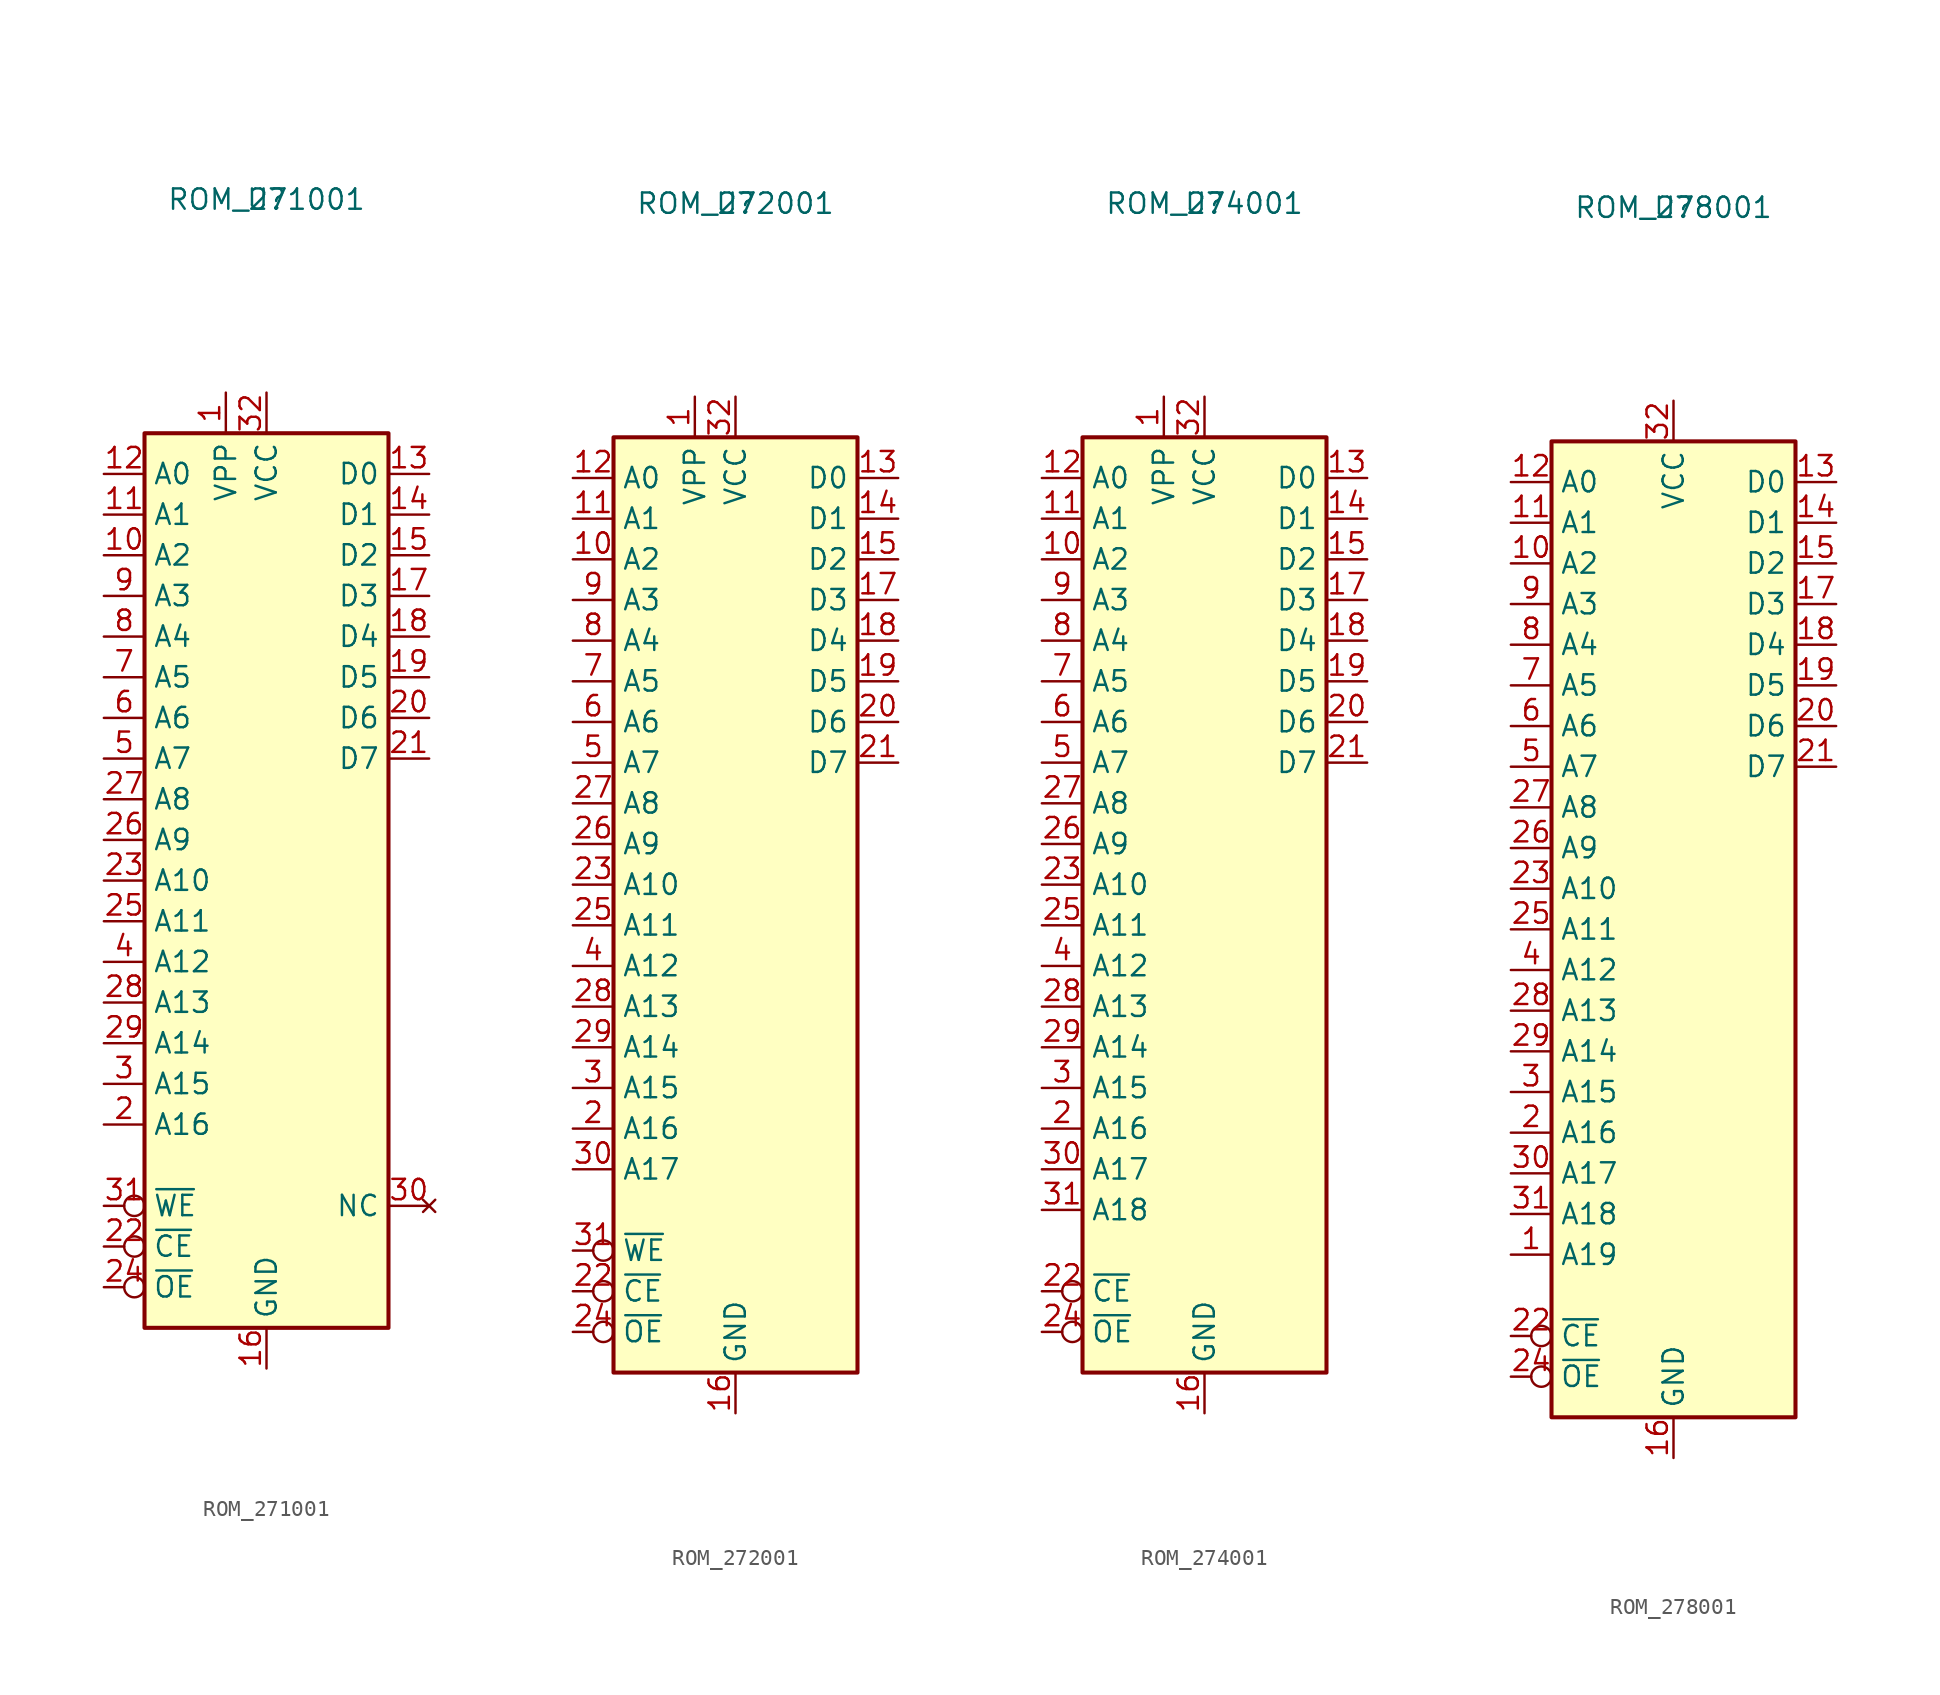
<source format=kicad_sym>
(kicad_symbol_lib
  (version 20241209)
  (generator "kicad_symbol_editor")
  (generator_version "9.0")
  (symbol "ROM_271001"
    (property "Reference" "U"
      (at 0 0 0)
      (effects (font (size 1.27 1.27))))
    (property "Value" "ROM_271001"
      (at 0 0 0)
      (effects (font (size 1.27 1.27))))
    (symbol "ROM_271001_1_1"
      (rectangle (start -7.62 -14.605) (end 7.62 -70.485) (stroke (width 0.254) (type default)) (fill (type background)))
      (pin input line (at -10.16 -17.145 0) (length 2.54) (name "A0" (effects (font (size 1.27 1.27)))) (number "12" (effects (font (size 1.27 1.27)))))
      (pin input line (at -10.16 -19.685 0) (length 2.54) (name "A1" (effects (font (size 1.27 1.27)))) (number "11" (effects (font (size 1.27 1.27)))))
      (pin input line (at -10.16 -22.225 0) (length 2.54) (name "A2" (effects (font (size 1.27 1.27)))) (number "10" (effects (font (size 1.27 1.27)))))
      (pin input line (at -10.16 -24.765 0) (length 2.54) (name "A3" (effects (font (size 1.27 1.27)))) (number "9" (effects (font (size 1.27 1.27)))))
      (pin input line (at -10.16 -27.305 0) (length 2.54) (name "A4" (effects (font (size 1.27 1.27)))) (number "8" (effects (font (size 1.27 1.27)))))
      (pin input line (at -10.16 -29.845 0) (length 2.54) (name "A5" (effects (font (size 1.27 1.27)))) (number "7" (effects (font (size 1.27 1.27)))))
      (pin input line (at -10.16 -32.385 0) (length 2.54) (name "A6" (effects (font (size 1.27 1.27)))) (number "6" (effects (font (size 1.27 1.27)))))
      (pin input line (at -10.16 -34.925 0) (length 2.54) (name "A7" (effects (font (size 1.27 1.27)))) (number "5" (effects (font (size 1.27 1.27)))))
      (pin input line (at -10.16 -37.465 0) (length 2.54) (name "A8" (effects (font (size 1.27 1.27)))) (number "27" (effects (font (size 1.27 1.27)))))
      (pin input line (at -10.16 -40.005 0) (length 2.54) (name "A9" (effects (font (size 1.27 1.27)))) (number "26" (effects (font (size 1.27 1.27)))))
      (pin input line (at -10.16 -42.545 0) (length 2.54) (name "A10" (effects (font (size 1.27 1.27)))) (number "23" (effects (font (size 1.27 1.27)))))
      (pin input line (at -10.16 -45.085 0) (length 2.54) (name "A11" (effects (font (size 1.27 1.27)))) (number "25" (effects (font (size 1.27 1.27)))))
      (pin input line (at -10.16 -47.625 0) (length 2.54) (name "A12" (effects (font (size 1.27 1.27)))) (number "4" (effects (font (size 1.27 1.27)))))
      (pin input line (at -10.16 -50.165 0) (length 2.54) (name "A13" (effects (font (size 1.27 1.27)))) (number "28" (effects (font (size 1.27 1.27)))))
      (pin input line (at -10.16 -52.705 0) (length 2.54) (name "A14" (effects (font (size 1.27 1.27)))) (number "29" (effects (font (size 1.27 1.27)))))
      (pin input line (at -10.16 -55.245 0) (length 2.54) (name "A15" (effects (font (size 1.27 1.27)))) (number "3" (effects (font (size 1.27 1.27)))))
      (pin input line (at -10.16 -57.785 0) (length 2.54) (name "A16" (effects (font (size 1.27 1.27)))) (number "2" (effects (font (size 1.27 1.27)))))
      (pin input inverted (at -10.16 -62.865 0) (length 2.54) (name "~{WE}" (effects (font (size 1.27 1.27)))) (number "31" (effects (font (size 1.27 1.27)))))
      (pin input inverted (at -10.16 -65.405 0) (length 2.54) (name "~{CE}" (effects (font (size 1.27 1.27)))) (number "22" (effects (font (size 1.27 1.27)))))
      (pin input inverted (at -10.16 -67.945 0) (length 2.54) (name "~{OE}" (effects (font (size 1.27 1.27)))) (number "24" (effects (font (size 1.27 1.27)))))
      (pin power_in line (at -2.54 -12.065 270) (length 2.54) (name "VPP" (effects (font (size 1.27 1.27)))) (number "1" (effects (font (size 1.27 1.27)))))
      (pin power_in line (at 0 -12.065 270) (length 2.54) (name "VCC" (effects (font (size 1.27 1.27)))) (number "32" (effects (font (size 1.27 1.27)))))
      (pin power_in line (at 0 -73.025 90) (length 2.54) (name "GND" (effects (font (size 1.27 1.27)))) (number "16" (effects (font (size 1.27 1.27)))))
      (pin tri_state line (at 10.16 -17.145 180) (length 2.54) (name "D0" (effects (font (size 1.27 1.27)))) (number "13" (effects (font (size 1.27 1.27)))))
      (pin tri_state line (at 10.16 -19.685 180) (length 2.54) (name "D1" (effects (font (size 1.27 1.27)))) (number "14" (effects (font (size 1.27 1.27)))))
      (pin tri_state line (at 10.16 -22.225 180) (length 2.54) (name "D2" (effects (font (size 1.27 1.27)))) (number "15" (effects (font (size 1.27 1.27)))))
      (pin tri_state line (at 10.16 -24.765 180) (length 2.54) (name "D3" (effects (font (size 1.27 1.27)))) (number "17" (effects (font (size 1.27 1.27)))))
      (pin tri_state line (at 10.16 -27.305 180) (length 2.54) (name "D4" (effects (font (size 1.27 1.27)))) (number "18" (effects (font (size 1.27 1.27)))))
      (pin tri_state line (at 10.16 -29.845 180) (length 2.54) (name "D5" (effects (font (size 1.27 1.27)))) (number "19" (effects (font (size 1.27 1.27)))))
      (pin tri_state line (at 10.16 -32.385 180) (length 2.54) (name "D6" (effects (font (size 1.27 1.27)))) (number "20" (effects (font (size 1.27 1.27)))))
      (pin tri_state line (at 10.16 -34.925 180) (length 2.54) (name "D7" (effects (font (size 1.27 1.27)))) (number "21" (effects (font (size 1.27 1.27)))))
      (pin no_connect line (at 10.16 -62.865 180) (length 2.54) (name "NC" (effects (font (size 1.27 1.27)))) (number "30" (effects (font (size 1.27 1.27)))))))
  (symbol "ROM_272001"
    (property "Reference" "U"
      (at 0 0 0)
      (effects (font (size 1.27 1.27))))
    (property "Value" "ROM_272001"
      (at 0 0 0)
      (effects (font (size 1.27 1.27))))
    (symbol "ROM_272001_1_1"
      (rectangle (start -7.62 -14.605) (end 7.62 -73.025) (stroke (width 0.254) (type default)) (fill (type background)))
      (pin input line (at -10.16 -17.145 0) (length 2.54) (name "A0" (effects (font (size 1.27 1.27)))) (number "12" (effects (font (size 1.27 1.27)))))
      (pin input line (at -10.16 -19.685 0) (length 2.54) (name "A1" (effects (font (size 1.27 1.27)))) (number "11" (effects (font (size 1.27 1.27)))))
      (pin input line (at -10.16 -22.225 0) (length 2.54) (name "A2" (effects (font (size 1.27 1.27)))) (number "10" (effects (font (size 1.27 1.27)))))
      (pin input line (at -10.16 -24.765 0) (length 2.54) (name "A3" (effects (font (size 1.27 1.27)))) (number "9" (effects (font (size 1.27 1.27)))))
      (pin input line (at -10.16 -27.305 0) (length 2.54) (name "A4" (effects (font (size 1.27 1.27)))) (number "8" (effects (font (size 1.27 1.27)))))
      (pin input line (at -10.16 -29.845 0) (length 2.54) (name "A5" (effects (font (size 1.27 1.27)))) (number "7" (effects (font (size 1.27 1.27)))))
      (pin input line (at -10.16 -32.385 0) (length 2.54) (name "A6" (effects (font (size 1.27 1.27)))) (number "6" (effects (font (size 1.27 1.27)))))
      (pin input line (at -10.16 -34.925 0) (length 2.54) (name "A7" (effects (font (size 1.27 1.27)))) (number "5" (effects (font (size 1.27 1.27)))))
      (pin input line (at -10.16 -37.465 0) (length 2.54) (name "A8" (effects (font (size 1.27 1.27)))) (number "27" (effects (font (size 1.27 1.27)))))
      (pin input line (at -10.16 -40.005 0) (length 2.54) (name "A9" (effects (font (size 1.27 1.27)))) (number "26" (effects (font (size 1.27 1.27)))))
      (pin input line (at -10.16 -42.545 0) (length 2.54) (name "A10" (effects (font (size 1.27 1.27)))) (number "23" (effects (font (size 1.27 1.27)))))
      (pin input line (at -10.16 -45.085 0) (length 2.54) (name "A11" (effects (font (size 1.27 1.27)))) (number "25" (effects (font (size 1.27 1.27)))))
      (pin input line (at -10.16 -47.625 0) (length 2.54) (name "A12" (effects (font (size 1.27 1.27)))) (number "4" (effects (font (size 1.27 1.27)))))
      (pin input line (at -10.16 -50.165 0) (length 2.54) (name "A13" (effects (font (size 1.27 1.27)))) (number "28" (effects (font (size 1.27 1.27)))))
      (pin input line (at -10.16 -52.705 0) (length 2.54) (name "A14" (effects (font (size 1.27 1.27)))) (number "29" (effects (font (size 1.27 1.27)))))
      (pin input line (at -10.16 -55.245 0) (length 2.54) (name "A15" (effects (font (size 1.27 1.27)))) (number "3" (effects (font (size 1.27 1.27)))))
      (pin input line (at -10.16 -57.785 0) (length 2.54) (name "A16" (effects (font (size 1.27 1.27)))) (number "2" (effects (font (size 1.27 1.27)))))
      (pin input line (at -10.16 -60.325 0) (length 2.54) (name "A17" (effects (font (size 1.27 1.27)))) (number "30" (effects (font (size 1.27 1.27)))))
      (pin input inverted (at -10.16 -65.405 0) (length 2.54) (name "~{WE}" (effects (font (size 1.27 1.27)))) (number "31" (effects (font (size 1.27 1.27)))))
      (pin input inverted (at -10.16 -67.945 0) (length 2.54) (name "~{CE}" (effects (font (size 1.27 1.27)))) (number "22" (effects (font (size 1.27 1.27)))))
      (pin input inverted (at -10.16 -70.485 0) (length 2.54) (name "~{OE}" (effects (font (size 1.27 1.27)))) (number "24" (effects (font (size 1.27 1.27)))))
      (pin power_in line (at -2.54 -12.065 270) (length 2.54) (name "VPP" (effects (font (size 1.27 1.27)))) (number "1" (effects (font (size 1.27 1.27)))))
      (pin power_in line (at 0 -12.065 270) (length 2.54) (name "VCC" (effects (font (size 1.27 1.27)))) (number "32" (effects (font (size 1.27 1.27)))))
      (pin power_in line (at 0 -75.565 90) (length 2.54) (name "GND" (effects (font (size 1.27 1.27)))) (number "16" (effects (font (size 1.27 1.27)))))
      (pin tri_state line (at 10.16 -17.145 180) (length 2.54) (name "D0" (effects (font (size 1.27 1.27)))) (number "13" (effects (font (size 1.27 1.27)))))
      (pin tri_state line (at 10.16 -19.685 180) (length 2.54) (name "D1" (effects (font (size 1.27 1.27)))) (number "14" (effects (font (size 1.27 1.27)))))
      (pin tri_state line (at 10.16 -22.225 180) (length 2.54) (name "D2" (effects (font (size 1.27 1.27)))) (number "15" (effects (font (size 1.27 1.27)))))
      (pin tri_state line (at 10.16 -24.765 180) (length 2.54) (name "D3" (effects (font (size 1.27 1.27)))) (number "17" (effects (font (size 1.27 1.27)))))
      (pin tri_state line (at 10.16 -27.305 180) (length 2.54) (name "D4" (effects (font (size 1.27 1.27)))) (number "18" (effects (font (size 1.27 1.27)))))
      (pin tri_state line (at 10.16 -29.845 180) (length 2.54) (name "D5" (effects (font (size 1.27 1.27)))) (number "19" (effects (font (size 1.27 1.27)))))
      (pin tri_state line (at 10.16 -32.385 180) (length 2.54) (name "D6" (effects (font (size 1.27 1.27)))) (number "20" (effects (font (size 1.27 1.27)))))
      (pin tri_state line (at 10.16 -34.925 180) (length 2.54) (name "D7" (effects (font (size 1.27 1.27)))) (number "21" (effects (font (size 1.27 1.27)))))))
  (symbol "ROM_274001"
    (property "Reference" "U"
      (at 0 0 0)
      (effects (font (size 1.27 1.27))))
    (property "Value" "ROM_274001"
      (at 0 0 0)
      (effects (font (size 1.27 1.27))))
    (symbol "ROM_274001_1_1"
      (rectangle (start -7.62 -14.605) (end 7.62 -73.025) (stroke (width 0.254) (type default)) (fill (type background)))
      (pin input line (at -10.16 -17.145 0) (length 2.54) (name "A0" (effects (font (size 1.27 1.27)))) (number "12" (effects (font (size 1.27 1.27)))))
      (pin input line (at -10.16 -19.685 0) (length 2.54) (name "A1" (effects (font (size 1.27 1.27)))) (number "11" (effects (font (size 1.27 1.27)))))
      (pin input line (at -10.16 -22.225 0) (length 2.54) (name "A2" (effects (font (size 1.27 1.27)))) (number "10" (effects (font (size 1.27 1.27)))))
      (pin input line (at -10.16 -24.765 0) (length 2.54) (name "A3" (effects (font (size 1.27 1.27)))) (number "9" (effects (font (size 1.27 1.27)))))
      (pin input line (at -10.16 -27.305 0) (length 2.54) (name "A4" (effects (font (size 1.27 1.27)))) (number "8" (effects (font (size 1.27 1.27)))))
      (pin input line (at -10.16 -29.845 0) (length 2.54) (name "A5" (effects (font (size 1.27 1.27)))) (number "7" (effects (font (size 1.27 1.27)))))
      (pin input line (at -10.16 -32.385 0) (length 2.54) (name "A6" (effects (font (size 1.27 1.27)))) (number "6" (effects (font (size 1.27 1.27)))))
      (pin input line (at -10.16 -34.925 0) (length 2.54) (name "A7" (effects (font (size 1.27 1.27)))) (number "5" (effects (font (size 1.27 1.27)))))
      (pin input line (at -10.16 -37.465 0) (length 2.54) (name "A8" (effects (font (size 1.27 1.27)))) (number "27" (effects (font (size 1.27 1.27)))))
      (pin input line (at -10.16 -40.005 0) (length 2.54) (name "A9" (effects (font (size 1.27 1.27)))) (number "26" (effects (font (size 1.27 1.27)))))
      (pin input line (at -10.16 -42.545 0) (length 2.54) (name "A10" (effects (font (size 1.27 1.27)))) (number "23" (effects (font (size 1.27 1.27)))))
      (pin input line (at -10.16 -45.085 0) (length 2.54) (name "A11" (effects (font (size 1.27 1.27)))) (number "25" (effects (font (size 1.27 1.27)))))
      (pin input line (at -10.16 -47.625 0) (length 2.54) (name "A12" (effects (font (size 1.27 1.27)))) (number "4" (effects (font (size 1.27 1.27)))))
      (pin input line (at -10.16 -50.165 0) (length 2.54) (name "A13" (effects (font (size 1.27 1.27)))) (number "28" (effects (font (size 1.27 1.27)))))
      (pin input line (at -10.16 -52.705 0) (length 2.54) (name "A14" (effects (font (size 1.27 1.27)))) (number "29" (effects (font (size 1.27 1.27)))))
      (pin input line (at -10.16 -55.245 0) (length 2.54) (name "A15" (effects (font (size 1.27 1.27)))) (number "3" (effects (font (size 1.27 1.27)))))
      (pin input line (at -10.16 -57.785 0) (length 2.54) (name "A16" (effects (font (size 1.27 1.27)))) (number "2" (effects (font (size 1.27 1.27)))))
      (pin input line (at -10.16 -60.325 0) (length 2.54) (name "A17" (effects (font (size 1.27 1.27)))) (number "30" (effects (font (size 1.27 1.27)))))
      (pin input line (at -10.16 -62.865 0) (length 2.54) (name "A18" (effects (font (size 1.27 1.27)))) (number "31" (effects (font (size 1.27 1.27)))))
      (pin input inverted (at -10.16 -67.945 0) (length 2.54) (name "~{CE}" (effects (font (size 1.27 1.27)))) (number "22" (effects (font (size 1.27 1.27)))))
      (pin input inverted (at -10.16 -70.485 0) (length 2.54) (name "~{OE}" (effects (font (size 1.27 1.27)))) (number "24" (effects (font (size 1.27 1.27)))))
      (pin power_in line (at -2.54 -12.065 270) (length 2.54) (name "VPP" (effects (font (size 1.27 1.27)))) (number "1" (effects (font (size 1.27 1.27)))))
      (pin power_in line (at 0 -12.065 270) (length 2.54) (name "VCC" (effects (font (size 1.27 1.27)))) (number "32" (effects (font (size 1.27 1.27)))))
      (pin power_in line (at 0 -75.565 90) (length 2.54) (name "GND" (effects (font (size 1.27 1.27)))) (number "16" (effects (font (size 1.27 1.27)))))
      (pin tri_state line (at 10.16 -17.145 180) (length 2.54) (name "D0" (effects (font (size 1.27 1.27)))) (number "13" (effects (font (size 1.27 1.27)))))
      (pin tri_state line (at 10.16 -19.685 180) (length 2.54) (name "D1" (effects (font (size 1.27 1.27)))) (number "14" (effects (font (size 1.27 1.27)))))
      (pin tri_state line (at 10.16 -22.225 180) (length 2.54) (name "D2" (effects (font (size 1.27 1.27)))) (number "15" (effects (font (size 1.27 1.27)))))
      (pin tri_state line (at 10.16 -24.765 180) (length 2.54) (name "D3" (effects (font (size 1.27 1.27)))) (number "17" (effects (font (size 1.27 1.27)))))
      (pin tri_state line (at 10.16 -27.305 180) (length 2.54) (name "D4" (effects (font (size 1.27 1.27)))) (number "18" (effects (font (size 1.27 1.27)))))
      (pin tri_state line (at 10.16 -29.845 180) (length 2.54) (name "D5" (effects (font (size 1.27 1.27)))) (number "19" (effects (font (size 1.27 1.27)))))
      (pin tri_state line (at 10.16 -32.385 180) (length 2.54) (name "D6" (effects (font (size 1.27 1.27)))) (number "20" (effects (font (size 1.27 1.27)))))
      (pin tri_state line (at 10.16 -34.925 180) (length 2.54) (name "D7" (effects (font (size 1.27 1.27)))) (number "21" (effects (font (size 1.27 1.27)))))))
  (symbol "ROM_278001"
    (property "Reference" "U"
      (at 0 0 0)
      (effects (font (size 1.27 1.27))))
    (property "Value" "ROM_278001"
      (at 0 0 0)
      (effects (font (size 1.27 1.27))))
    (symbol "ROM_278001_1_1"
      (rectangle (start -7.62 -14.605) (end 7.62 -75.565) (stroke (width 0.254) (type default)) (fill (type background)))
      (pin input line (at -10.16 -17.145 0) (length 2.54) (name "A0" (effects (font (size 1.27 1.27)))) (number "12" (effects (font (size 1.27 1.27)))))
      (pin input line (at -10.16 -19.685 0) (length 2.54) (name "A1" (effects (font (size 1.27 1.27)))) (number "11" (effects (font (size 1.27 1.27)))))
      (pin input line (at -10.16 -22.225 0) (length 2.54) (name "A2" (effects (font (size 1.27 1.27)))) (number "10" (effects (font (size 1.27 1.27)))))
      (pin input line (at -10.16 -24.765 0) (length 2.54) (name "A3" (effects (font (size 1.27 1.27)))) (number "9" (effects (font (size 1.27 1.27)))))
      (pin input line (at -10.16 -27.305 0) (length 2.54) (name "A4" (effects (font (size 1.27 1.27)))) (number "8" (effects (font (size 1.27 1.27)))))
      (pin input line (at -10.16 -29.845 0) (length 2.54) (name "A5" (effects (font (size 1.27 1.27)))) (number "7" (effects (font (size 1.27 1.27)))))
      (pin input line (at -10.16 -32.385 0) (length 2.54) (name "A6" (effects (font (size 1.27 1.27)))) (number "6" (effects (font (size 1.27 1.27)))))
      (pin input line (at -10.16 -34.925 0) (length 2.54) (name "A7" (effects (font (size 1.27 1.27)))) (number "5" (effects (font (size 1.27 1.27)))))
      (pin input line (at -10.16 -37.465 0) (length 2.54) (name "A8" (effects (font (size 1.27 1.27)))) (number "27" (effects (font (size 1.27 1.27)))))
      (pin input line (at -10.16 -40.005 0) (length 2.54) (name "A9" (effects (font (size 1.27 1.27)))) (number "26" (effects (font (size 1.27 1.27)))))
      (pin input line (at -10.16 -42.545 0) (length 2.54) (name "A10" (effects (font (size 1.27 1.27)))) (number "23" (effects (font (size 1.27 1.27)))))
      (pin input line (at -10.16 -45.085 0) (length 2.54) (name "A11" (effects (font (size 1.27 1.27)))) (number "25" (effects (font (size 1.27 1.27)))))
      (pin input line (at -10.16 -47.625 0) (length 2.54) (name "A12" (effects (font (size 1.27 1.27)))) (number "4" (effects (font (size 1.27 1.27)))))
      (pin input line (at -10.16 -50.165 0) (length 2.54) (name "A13" (effects (font (size 1.27 1.27)))) (number "28" (effects (font (size 1.27 1.27)))))
      (pin input line (at -10.16 -52.705 0) (length 2.54) (name "A14" (effects (font (size 1.27 1.27)))) (number "29" (effects (font (size 1.27 1.27)))))
      (pin input line (at -10.16 -55.245 0) (length 2.54) (name "A15" (effects (font (size 1.27 1.27)))) (number "3" (effects (font (size 1.27 1.27)))))
      (pin input line (at -10.16 -57.785 0) (length 2.54) (name "A16" (effects (font (size 1.27 1.27)))) (number "2" (effects (font (size 1.27 1.27)))))
      (pin input line (at -10.16 -60.325 0) (length 2.54) (name "A17" (effects (font (size 1.27 1.27)))) (number "30" (effects (font (size 1.27 1.27)))))
      (pin input line (at -10.16 -62.865 0) (length 2.54) (name "A18" (effects (font (size 1.27 1.27)))) (number "31" (effects (font (size 1.27 1.27)))))
      (pin input line (at -10.16 -65.405 0) (length 2.54) (name "A19" (effects (font (size 1.27 1.27)))) (number "1" (effects (font (size 1.27 1.27)))))
      (pin input inverted (at -10.16 -70.485 0) (length 2.54) (name "~{CE}" (effects (font (size 1.27 1.27)))) (number "22" (effects (font (size 1.27 1.27)))))
      (pin input inverted (at -10.16 -73.025 0) (length 2.54) (name "~{OE}" (effects (font (size 1.27 1.27)))) (number "24" (effects (font (size 1.27 1.27)))))
      (pin power_in line (at 0 -12.065 270) (length 2.54) (name "VCC" (effects (font (size 1.27 1.27)))) (number "32" (effects (font (size 1.27 1.27)))))
      (pin power_in line (at 0 -78.105 90) (length 2.54) (name "GND" (effects (font (size 1.27 1.27)))) (number "16" (effects (font (size 1.27 1.27)))))
      (pin tri_state line (at 10.16 -17.145 180) (length 2.54) (name "D0" (effects (font (size 1.27 1.27)))) (number "13" (effects (font (size 1.27 1.27)))))
      (pin tri_state line (at 10.16 -19.685 180) (length 2.54) (name "D1" (effects (font (size 1.27 1.27)))) (number "14" (effects (font (size 1.27 1.27)))))
      (pin tri_state line (at 10.16 -22.225 180) (length 2.54) (name "D2" (effects (font (size 1.27 1.27)))) (number "15" (effects (font (size 1.27 1.27)))))
      (pin tri_state line (at 10.16 -24.765 180) (length 2.54) (name "D3" (effects (font (size 1.27 1.27)))) (number "17" (effects (font (size 1.27 1.27)))))
      (pin tri_state line (at 10.16 -27.305 180) (length 2.54) (name "D4" (effects (font (size 1.27 1.27)))) (number "18" (effects (font (size 1.27 1.27)))))
      (pin tri_state line (at 10.16 -29.845 180) (length 2.54) (name "D5" (effects (font (size 1.27 1.27)))) (number "19" (effects (font (size 1.27 1.27)))))
      (pin tri_state line (at 10.16 -32.385 180) (length 2.54) (name "D6" (effects (font (size 1.27 1.27)))) (number "20" (effects (font (size 1.27 1.27)))))
      (pin tri_state line (at 10.16 -34.925 180) (length 2.54) (name "D7" (effects (font (size 1.27 1.27)))) (number "21" (effects (font (size 1.27 1.27))))))))
</source>
